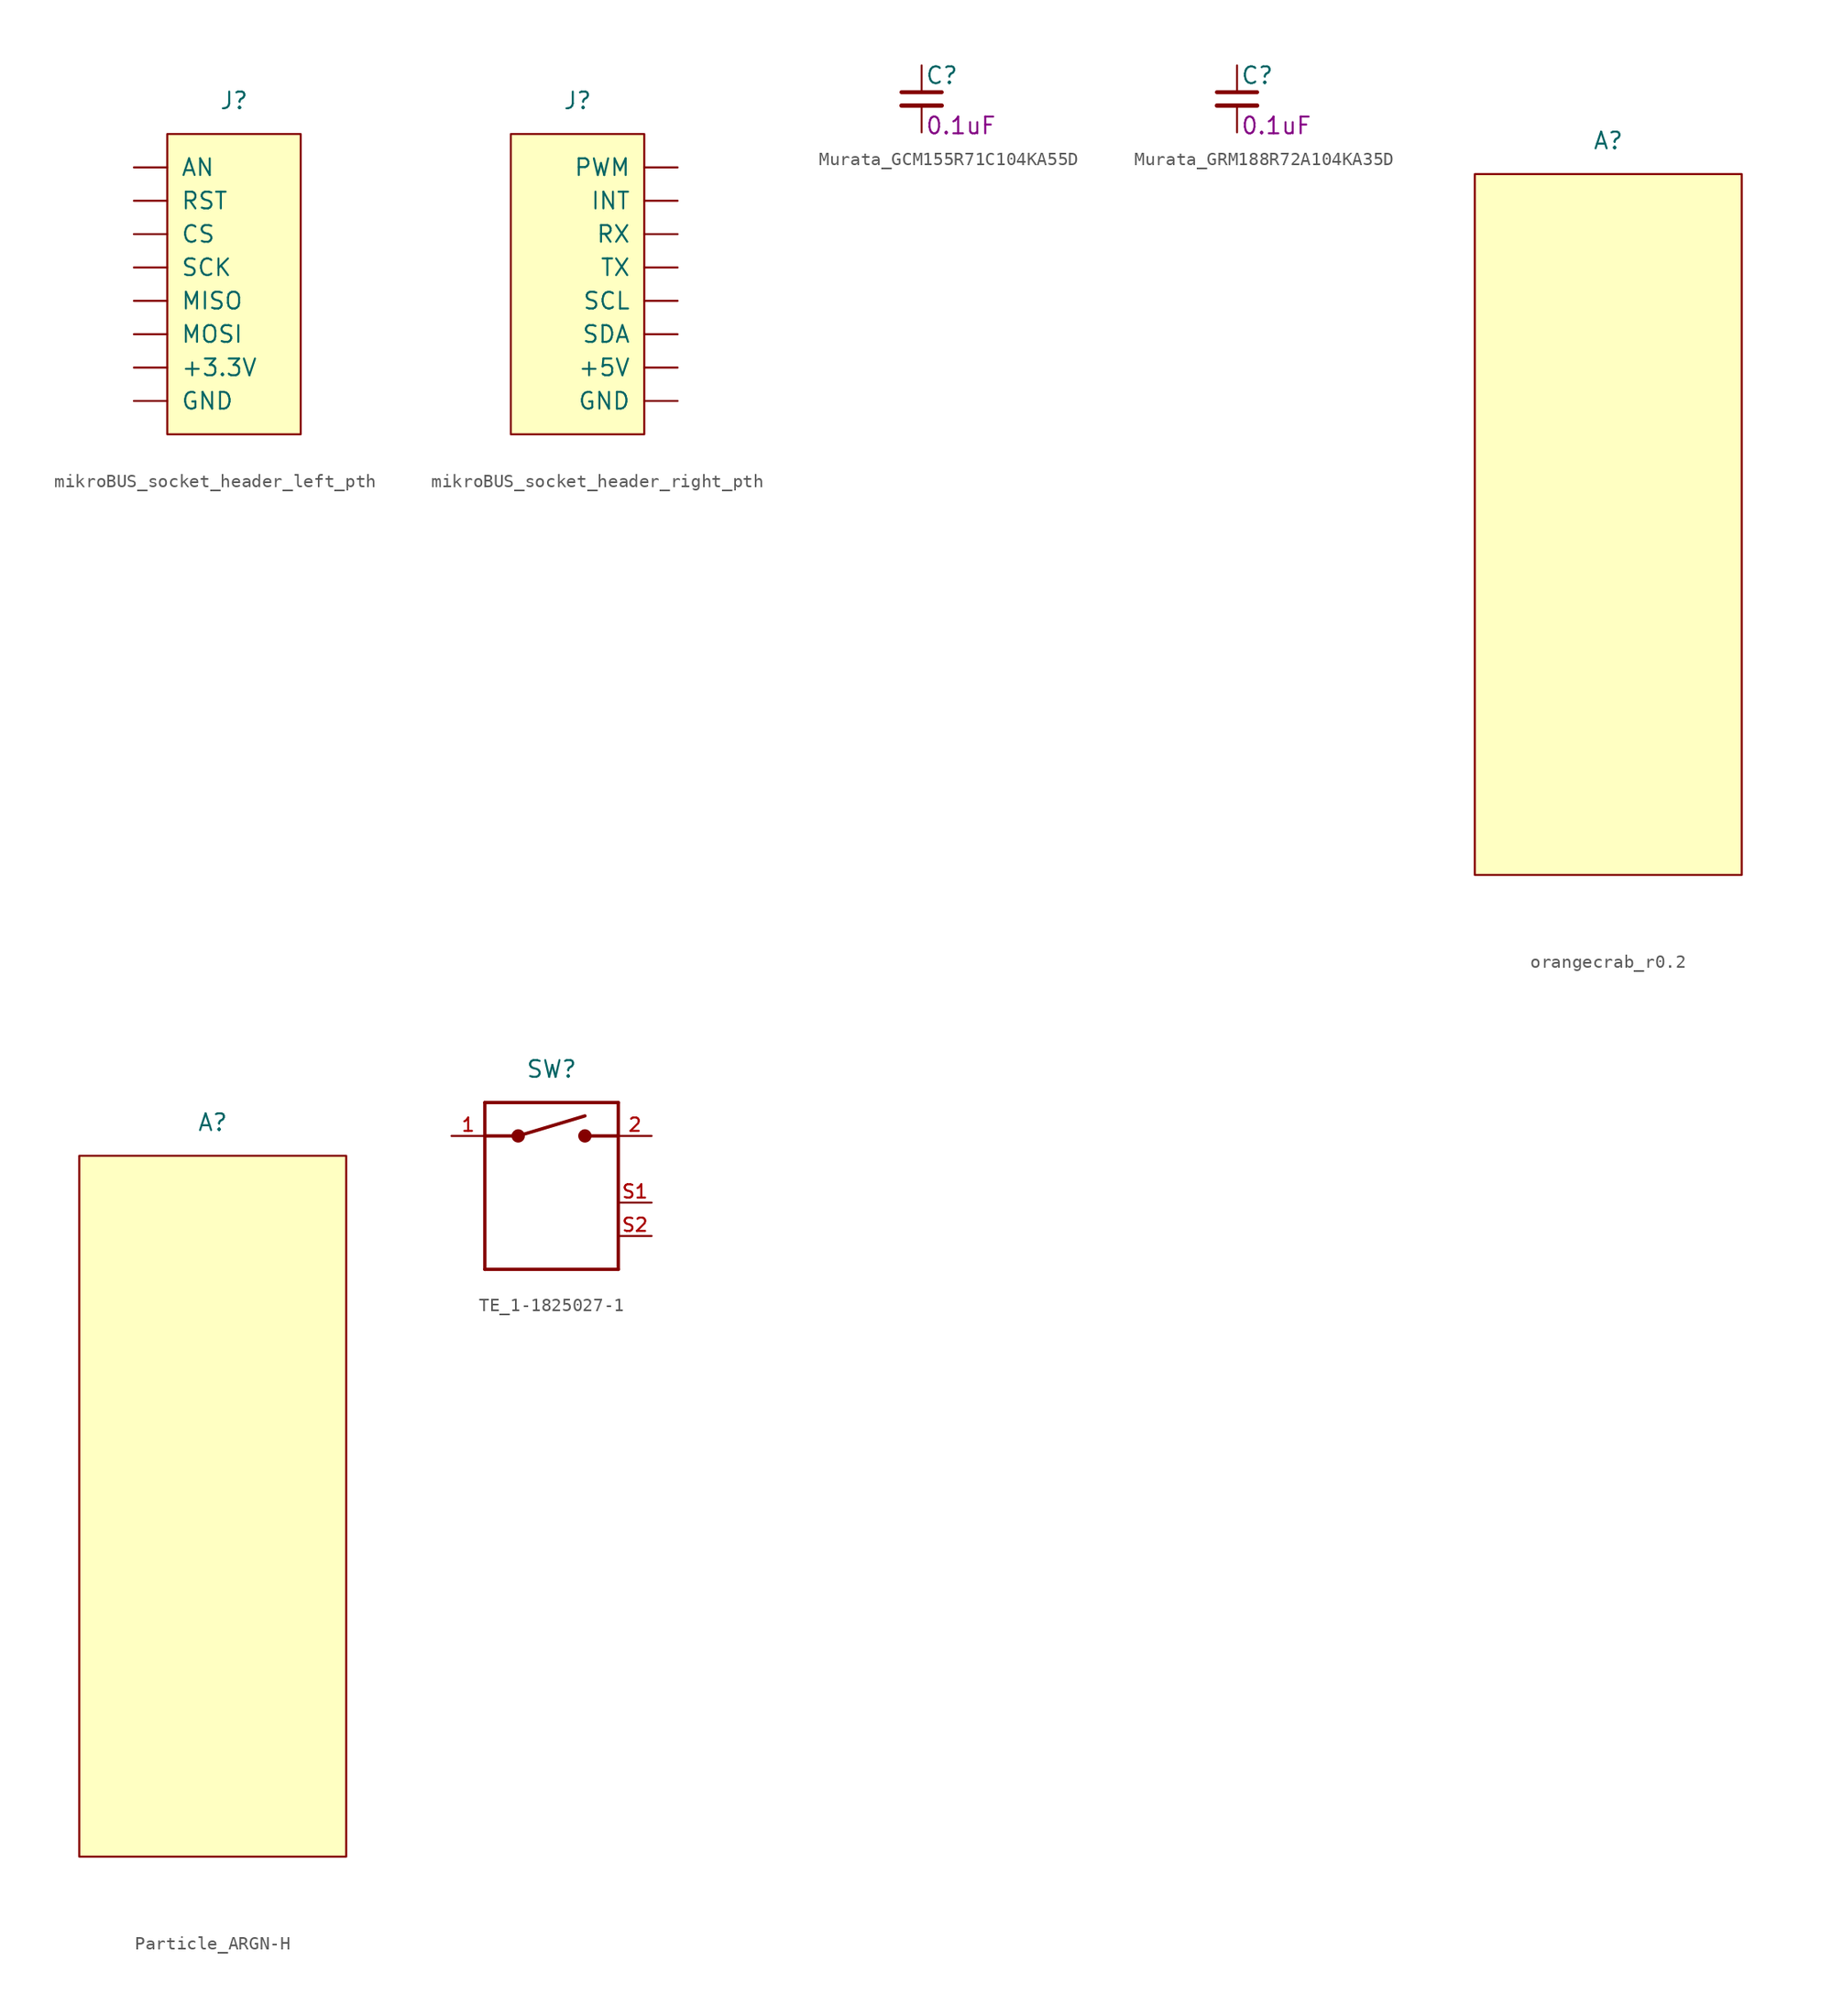
<source format=kicad_sym>
(kicad_symbol_lib
  (version 20201005)
  (generator kicad_symbol_editor)
  (symbol "Flying_Camp_Design:mikroBUS_socket_header_left_pth"
    (pin_numbers hide)
    (pin_names
      (offset 1.016))
    (property "Reference" "J"
      (at 0 12.7 0)
      (effects (font (size 1.27 1.27))))
    (symbol "mikroBUS_socket_header_left_pth_0_0"
      (pin power_in line (at -7.62 -7.62 0) (length 2.54) (name "+3.3V" (effects (font (size 1.27 1.27)))) (number "+3.3V" (effects (font (size 1.27 1.27)))))
      (pin passive line (at -7.62 7.62 0) (length 2.54) (name "AN" (effects (font (size 1.27 1.27)))) (number "AN" (effects (font (size 1.27 1.27)))))
      (pin passive line (at -7.62 2.54 0) (length 2.54) (name "CS" (effects (font (size 1.27 1.27)))) (number "CS" (effects (font (size 1.27 1.27)))))
      (pin power_in line (at -7.62 -10.16 0) (length 2.54) (name "GND" (effects (font (size 1.27 1.27)))) (number "GND" (effects (font (size 1.27 1.27)))))
      (pin passive line (at -7.62 -2.54 0) (length 2.54) (name "MISO" (effects (font (size 1.27 1.27)))) (number "MISO" (effects (font (size 1.27 1.27)))))
      (pin passive line (at -7.62 -5.08 0) (length 2.54) (name "MOSI" (effects (font (size 1.27 1.27)))) (number "MOSI" (effects (font (size 1.27 1.27)))))
      (pin passive line (at -7.62 5.08 0) (length 2.54) (name "RST" (effects (font (size 1.27 1.27)))) (number "RST" (effects (font (size 1.27 1.27)))))
      (pin passive line (at -7.62 0 0) (length 2.54) (name "SCK" (effects (font (size 1.27 1.27)))) (number "SCK" (effects (font (size 1.27 1.27))))))
    (symbol "mikroBUS_socket_header_left_pth_0_1"
      (rectangle (start -5.08 10.16) (end 5.08 -12.7) (stroke (width 0)) (fill (type background)))))
  (symbol "Flying_Camp_Design:mikroBUS_socket_header_right_pth"
    (pin_numbers hide)
    (pin_names
      (offset 1.016))
    (property "Reference" "J"
      (at 0 12.7 0)
      (effects (font (size 1.27 1.27))))
    (symbol "mikroBUS_socket_header_right_pth_0_0"
      (pin power_in line (at 7.62 -7.62 180) (length 2.54) (name "+5V" (effects (font (size 1.27 1.27)))) (number "+5V" (effects (font (size 1.27 1.27)))))
      (pin power_in line (at 7.62 -10.16 180) (length 2.54) (name "GND" (effects (font (size 1.27 1.27)))) (number "GND" (effects (font (size 1.27 1.27)))))
      (pin passive line (at 7.62 5.08 180) (length 2.54) (name "INT" (effects (font (size 1.27 1.27)))) (number "INT" (effects (font (size 1.27 1.27)))))
      (pin passive line (at 7.62 7.62 180) (length 2.54) (name "PWM" (effects (font (size 1.27 1.27)))) (number "PWM" (effects (font (size 1.27 1.27)))))
      (pin passive line (at 7.62 2.54 180) (length 2.54) (name "RX" (effects (font (size 1.27 1.27)))) (number "RX" (effects (font (size 1.27 1.27)))))
      (pin passive line (at 7.62 -2.54 180) (length 2.54) (name "SCL" (effects (font (size 1.27 1.27)))) (number "SCL" (effects (font (size 1.27 1.27)))))
      (pin passive line (at 7.62 -5.08 180) (length 2.54) (name "SDA" (effects (font (size 1.27 1.27)))) (number "SDA" (effects (font (size 1.27 1.27)))))
      (pin passive line (at 7.62 0 180) (length 2.54) (name "TX" (effects (font (size 1.27 1.27)))) (number "TX" (effects (font (size 1.27 1.27))))))
    (symbol "mikroBUS_socket_header_right_pth_0_1"
      (rectangle (start 5.08 -12.7) (end -5.08 10.16) (stroke (width 0)) (fill (type background)))))
  (symbol "Flying_Camp_Design:Murata_GCM155R71C104KA55D"
    (pin_numbers hide)
    (pin_names
      (offset 0.254) hide)
    (property "Reference" "C"
      (at 0.254 1.778 0)
      (effects (font (size 1.27 1.27)) (justify left)))
    (property "Capacitance" "0.1uF"
      (at 0.254 -2.032 0)
      (effects (font (size 1.27 1.27)) (justify left)))
    (symbol "Murata_GCM155R71C104KA55D_0_1"
      (polyline (pts (xy -1.524 -0.508) (xy 1.524 -0.508)) (stroke (width 0.33)) (fill (type none)))
      (polyline (pts (xy -1.524 0.508) (xy 1.524 0.508)) (stroke (width 0.305)) (fill (type none))))
    (symbol "Murata_GCM155R71C104KA55D_1_1"
      (pin passive line (at 0 2.54 270) (length 2.032) (name "~" (effects (font (size 1.27 1.27)))) (number "1" (effects (font (size 1.27 1.27)))))
      (pin passive line (at 0 -2.54 90) (length 2.032) (name "~" (effects (font (size 1.27 1.27)))) (number "2" (effects (font (size 1.27 1.27)))))))
  (symbol "Flying_Camp_Design:Murata_GRM188R72A104KA35D"
    (pin_numbers hide)
    (pin_names
      (offset 0.254) hide)
    (property "Reference" "C"
      (at 0.254 1.778 0)
      (effects (font (size 1.27 1.27)) (justify left)))
    (property "Capacitance" "0.1uF"
      (at 0.254 -2.032 0)
      (effects (font (size 1.27 1.27)) (justify left)))
    (symbol "Murata_GRM188R72A104KA35D_0_1"
      (polyline (pts (xy -1.524 -0.508) (xy 1.524 -0.508)) (stroke (width 0.33)) (fill (type none)))
      (polyline (pts (xy -1.524 0.508) (xy 1.524 0.508)) (stroke (width 0.305)) (fill (type none))))
    (symbol "Murata_GRM188R72A104KA35D_1_1"
      (pin passive line (at 0 2.54 270) (length 2.032) (name "~" (effects (font (size 1.27 1.27)))) (number "1" (effects (font (size 1.27 1.27)))))
      (pin passive line (at 0 -2.54 90) (length 2.032) (name "~" (effects (font (size 1.27 1.27)))) (number "2" (effects (font (size 1.27 1.27)))))))
  (symbol "Flying_Camp_Design:orangecrab_r0.2"
    (pin_numbers hide)
    (pin_names
      (offset 1.016))
    (property "Reference" "A"
      (at 0 30.48 0)
      (effects (font (size 1.27 1.27))))
    (symbol "orangecrab_r0.2_0_1"
      (rectangle (start -10.16 27.94) (end 10.16 -25.4) (stroke (width 0)) (fill (type background)))))
  (symbol "Flying_Camp_Design:Particle_ARGN-H"
    (pin_numbers hide)
    (pin_names
      (offset 1.016))
    (property "Reference" "A"
      (at 0 30.48 0)
      (effects (font (size 1.27 1.27))))
    (symbol "Particle_ARGN-H_0_1"
      (rectangle (start -10.16 27.94) (end 10.16 -25.4) (stroke (width 0)) (fill (type background)))))
  (symbol "Flying_Camp_Design:TE_1-1825027-1"
    (pin_names
      (offset 1.016) hide)
    (property "Reference" "SW"
      (at 0 7.62 0)
      (effects (font (size 1.27 1.27))))
    (symbol "TE_1-1825027-1_0_0"
      (circle (center -2.54 2.54) (radius 0.254) (stroke (width 0.508)) (fill (type none)))
      (circle (center 2.54 2.54) (radius 0.254) (stroke (width 0.508)) (fill (type none)))
      (polyline (pts (xy -5.08 -7.62) (xy 5.08 -7.62)) (stroke (width 0.254)) (fill (type none)))
      (polyline (pts (xy -5.08 2.54) (xy -2.54 2.54)) (stroke (width 0.254)) (fill (type none)))
      (polyline (pts (xy -5.08 5.08) (xy -5.08 -7.62)) (stroke (width 0.254)) (fill (type none)))
      (polyline (pts (xy -2.54 2.54) (xy 2.54 4.064)) (stroke (width 0.254)) (fill (type none)))
      (polyline (pts (xy 2.54 2.54) (xy 5.08 2.54)) (stroke (width 0.254)) (fill (type none)))
      (polyline (pts (xy 5.08 -7.62) (xy 5.08 5.08)) (stroke (width 0.254)) (fill (type none)))
      (polyline (pts (xy 5.08 5.08) (xy -5.08 5.08)) (stroke (width 0.254)) (fill (type none)))
      (pin passive line (at -7.62 2.54 0) (length 2.54) (name "1" (effects (font (size 1.016 1.016)))) (number "1" (effects (font (size 1.016 1.016)))))
      (pin passive line (at 7.62 2.54 180) (length 2.54) (name "2" (effects (font (size 1.016 1.016)))) (number "2" (effects (font (size 1.016 1.016)))))
      (pin power_in line (at 7.62 -2.54 180) (length 2.54) (name "SHIELD" (effects (font (size 1.016 1.016)))) (number "S1" (effects (font (size 1.016 1.016)))))
      (pin power_in line (at 7.62 -5.08 180) (length 2.54) (name "SHIELD__1" (effects (font (size 1.016 1.016)))) (number "S2" (effects (font (size 1.016 1.016))))))))
</source>
